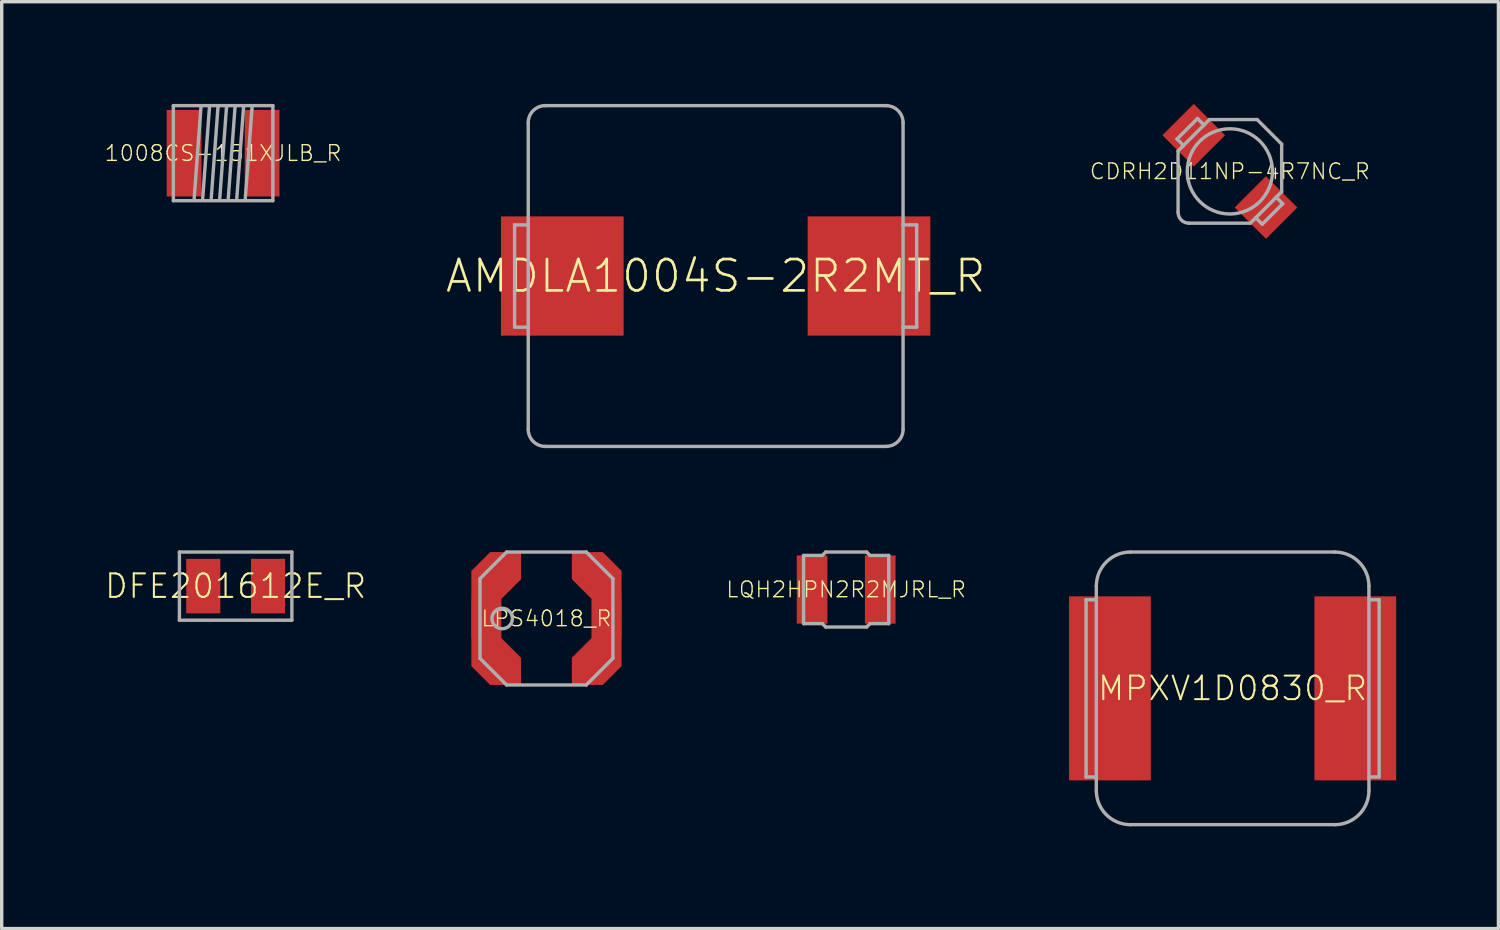
<source format=kicad_pcb>
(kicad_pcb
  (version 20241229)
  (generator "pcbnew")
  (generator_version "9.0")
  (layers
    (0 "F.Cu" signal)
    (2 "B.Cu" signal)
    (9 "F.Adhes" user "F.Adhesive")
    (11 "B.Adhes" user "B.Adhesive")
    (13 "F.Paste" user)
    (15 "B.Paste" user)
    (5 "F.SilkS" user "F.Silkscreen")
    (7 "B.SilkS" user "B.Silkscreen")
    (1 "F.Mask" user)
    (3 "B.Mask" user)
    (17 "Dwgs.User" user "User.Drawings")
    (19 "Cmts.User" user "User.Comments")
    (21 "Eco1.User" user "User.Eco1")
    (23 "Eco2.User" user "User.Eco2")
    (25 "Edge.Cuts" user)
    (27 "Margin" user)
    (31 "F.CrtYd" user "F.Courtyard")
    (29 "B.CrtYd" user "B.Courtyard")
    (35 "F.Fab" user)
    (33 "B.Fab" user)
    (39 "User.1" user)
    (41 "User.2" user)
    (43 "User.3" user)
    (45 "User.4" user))
  (footprint "1008CS-151XJLB_R"
    (layer "F.Cu")
    (at 3.497 1.445)
    (property "Reference" "1008CS-151XJLB_R" (at 0 0 0) (unlocked yes) (layer "F.SilkS") (effects (font (size 0.46 0.46) (thickness 0.04))))
    (fp_line (start -1.46 -1.395) (end 1.46 -1.395) (stroke (width 0.1) (type solid)) (layer "F.Fab"))
    (fp_line (start -1.46 1.395) (end -1.46 -1.395) (stroke (width 0.1) (type solid)) (layer "F.Fab"))
    (fp_line (start -0.85 1.35) (end -0.65 -1.35) (stroke (width 0.1) (type solid)) (layer "F.Fab"))
    (fp_line (start -0.6 1.35) (end -0.4 -1.35) (stroke (width 0.1) (type solid)) (layer "F.Fab"))
    (fp_line (start -0.35 1.35) (end -0.15 -1.35) (stroke (width 0.1) (type solid)) (layer "F.Fab"))
    (fp_line (start -0.1 1.35) (end 0.1 -1.35) (stroke (width 0.1) (type solid)) (layer "F.Fab"))
    (fp_line (start 0.15 1.35) (end 0.35 -1.35) (stroke (width 0.1) (type solid)) (layer "F.Fab"))
    (fp_line (start 0.4 1.35) (end 0.6 -1.35) (stroke (width 0.1) (type solid)) (layer "F.Fab"))
    (fp_line (start 0.65 1.35) (end 0.85 -1.35) (stroke (width 0.1) (type solid)) (layer "F.Fab"))
    (fp_line (start 1.46 -1.395) (end 1.46 1.395) (stroke (width 0.1) (type solid)) (layer "F.Fab"))
    (fp_line (start 1.46 1.395) (end -1.46 1.395) (stroke (width 0.1) (type solid)) (layer "F.Fab"))
    (pad "1" smd rect (at -1.145 0 90) (size 2.54 1.02) (layers "F.Cu" "F.Mask" "F.Paste"))
    (pad "2" smd rect (at 1.145 0 90) (size 2.54 1.02) (layers "F.Cu" "F.Mask" "F.Paste")))
  (footprint "AMDLA1004S-2R2MT_R"
    (layer "F.Cu")
    (at 17.951 5.05)
    (property "Reference" "AMDLA1004S-2R2MT_R" (at 0 0 0) (unlocked yes) (layer "F.SilkS") (effects (font (size 0.92 0.92) (thickness 0.08))))
    (fp_poly (pts (xy -2.7 1.75) (xy -6.3 1.75) (xy -6.3 -1.75) (xy -2.7 -1.75)) (stroke (width 0) (type default)) (fill yes) (layer "F.Paste"))
    (fp_poly (pts (xy 6.3 1.75) (xy 2.7 1.75) (xy 2.7 -1.75) (xy 6.3 -1.75)) (stroke (width 0) (type default)) (fill yes) (layer "F.Paste"))
    (fp_line (start -5.9 -1.5) (end -5.9 1.5) (stroke (width 0.1) (type solid)) (layer "F.Fab"))
    (fp_line (start -5.9 1.5) (end -5.5 1.5) (stroke (width 0.1) (type solid)) (layer "F.Fab"))
    (fp_line (start -5.5 -4.5) (end -5.5 -1.5) (stroke (width 0.1) (type solid)) (layer "F.Fab"))
    (fp_line (start -5.5 -1.5) (end -5.9 -1.5) (stroke (width 0.1) (type solid)) (layer "F.Fab"))
    (fp_line (start -5.5 -1.5) (end -5.5 1.5) (stroke (width 0.1) (type solid)) (layer "F.Fab"))
    (fp_line (start -5.5 1.5) (end -5.5 4.5) (stroke (width 0.1) (type solid)) (layer "F.Fab"))
    (fp_line (start -5 5) (end 5 5) (stroke (width 0.1) (type solid)) (layer "F.Fab"))
    (fp_line (start 5 -5) (end -5 -5) (stroke (width 0.1) (type solid)) (layer "F.Fab"))
    (fp_line (start 5.5 -1.5) (end 5.5 -4.5) (stroke (width 0.1) (type solid)) (layer "F.Fab"))
    (fp_line (start 5.5 -1.5) (end 5.9 -1.5) (stroke (width 0.1) (type solid)) (layer "F.Fab"))
    (fp_line (start 5.5 1.5) (end 5.5 -1.5) (stroke (width 0.1) (type solid)) (layer "F.Fab"))
    (fp_line (start 5.5 4.5) (end 5.5 1.5) (stroke (width 0.1) (type solid)) (layer "F.Fab"))
    (fp_line (start 5.9 -1.5) (end 5.9 1.5) (stroke (width 0.1) (type solid)) (layer "F.Fab"))
    (fp_line (start 5.9 1.5) (end 5.5 1.5) (stroke (width 0.1) (type solid)) (layer "F.Fab"))
    (fp_arc (start -5.5 -4.5) (mid -5.353553 -4.853553) (end -5 -5) (stroke (width 0.1) (type solid)) (layer "F.Fab"))
    (fp_arc (start -5 5) (mid -5.353553 4.853553) (end -5.5 4.5) (stroke (width 0.1) (type solid)) (layer "F.Fab"))
    (fp_arc (start 5 -5) (mid 5.353553 -4.853553) (end 5.5 -4.5) (stroke (width 0.1) (type solid)) (layer "F.Fab"))
    (fp_arc (start 5.5 4.5) (mid 5.353553 4.853553) (end 5 5) (stroke (width 0.1) (type solid)) (layer "F.Fab"))
    (pad "1" smd rect (at -4.5 0) (size 3.6 3.5) (layers "F.Cu" "F.Mask"))
    (pad "2" smd rect (at 4.5 0) (size 3.6 3.5) (layers "F.Cu" "F.Mask")))
  (footprint "LPS4018_R"
    (layer "F.Cu")
    (at 12.986 15.1)
    (property "Reference" "LPS4018_R" (at 0 0 0) (unlocked yes) (layer "F.SilkS") (effects (font (size 0.46 0.46) (thickness 0.04))))
    (fp_poly (pts (xy -0.745 -1.153) (xy -1.325 -0.573) (xy -1.325 0.573) (xy -0.745 1.153) (xy -0.745 1.95) (xy -1.652 1.95) (xy -2.205 1.397) (xy -2.205 -1.397) (xy -1.652 -1.95) (xy -0.745 -1.95)) (stroke (width 0) (type default)) (fill yes) (layer "F.Cu"))
    (fp_poly (pts (xy 2.205 -1.397) (xy 2.205 1.397) (xy 1.652 1.95) (xy 0.745 1.95) (xy 0.745 1.153) (xy 1.325 0.573) (xy 1.325 -0.573) (xy 0.745 -1.153) (xy 0.745 -1.95) (xy 1.652 -1.95)) (stroke (width 0) (type default)) (fill yes) (layer "F.Cu"))
    (fp_poly (pts (xy -0.695 -1.132) (xy -1.275 -0.552) (xy -1.275 0.552) (xy -0.695 1.132) (xy -0.695 2) (xy -1.673 2) (xy -2.255 1.418) (xy -2.255 -1.418) (xy -1.673 -2) (xy -0.695 -2)) (stroke (width 0) (type default)) (fill yes) (layer "F.Mask"))
    (fp_poly (pts (xy 2.255 -1.418) (xy 2.255 1.418) (xy 1.673 2) (xy 0.695 2) (xy 0.695 1.132) (xy 1.275 0.552) (xy 1.275 -0.552) (xy 0.695 -1.132) (xy 0.695 -2) (xy 1.673 -2)) (stroke (width 0) (type default)) (fill yes) (layer "F.Mask"))
    (fp_poly (pts (xy -0.745 -1.154) (xy -0.794 -1.104) (xy -1.325 -0.574) (xy -1.325 0.574) (xy -1.249 0.649) (xy -0.745 1.154) (xy -0.745 1.95) (xy -1.651 1.95) (xy -1.991 1.611) (xy -2.205 1.396) (xy -2.205 -1.396) (xy -2.096 -1.506) (xy -1.651 -1.95) (xy -0.745 -1.95)) (stroke (width 0) (type default)) (fill yes) (layer "F.Paste"))
    (fp_poly (pts (xy 1.991 -1.611) (xy 2.205 -1.396) (xy 2.205 1.396) (xy 2.096 1.506) (xy 1.651 1.95) (xy 0.745 1.95) (xy 0.745 1.154) (xy 0.794 1.104) (xy 1.325 0.574) (xy 1.325 -0.574) (xy 1.249 -0.649) (xy 0.745 -1.154) (xy 0.745 -1.95) (xy 1.651 -1.95)) (stroke (width 0) (type default)) (fill yes) (layer "F.Paste"))
    (fp_line (start -1.95 -1.17) (end -1.95 1.17) (stroke (width 0.1) (type solid)) (layer "F.Fab"))
    (fp_line (start -1.95 -1.17) (end -1.17 -1.95) (stroke (width 0.1) (type solid)) (layer "F.Fab"))
    (fp_line (start -1.95 1.17) (end -1.17 1.95) (stroke (width 0.1) (type solid)) (layer "F.Fab"))
    (fp_line (start -1.17 1.95) (end 1.17 1.95) (stroke (width 0.1) (type solid)) (layer "F.Fab"))
    (fp_line (start 1.17 -1.95) (end -1.17 -1.95) (stroke (width 0.1) (type solid)) (layer "F.Fab"))
    (fp_line (start 1.17 -1.95) (end 1.95 -1.17) (stroke (width 0.1) (type solid)) (layer "F.Fab"))
    (fp_line (start 1.17 1.95) (end 1.95 1.17) (stroke (width 0.1) (type solid)) (layer "F.Fab"))
    (fp_line (start 1.95 1.17) (end 1.95 -1.17) (stroke (width 0.1) (type solid)) (layer "F.Fab"))
    (fp_circle (center -1.3 0) (end -1 0) (stroke (width 0.1) (type solid)) (fill no) (layer "F.Fab"))
    (pad "1" smd rect (at -1.765 0) (size 0.87 1.15) (layers "F.Cu"))
    (pad "2" smd rect (at 1.765 0) (size 0.87 1.15) (layers "F.Cu")))
  (footprint "LQH2HPN2R2MJRL_R"
    (layer "F.Cu")
    (at 21.781 14.25)
    (property "Reference" "LQH2HPN2R2MJRL_R" (at 0 0 0) (unlocked yes) (layer "F.SilkS") (effects (font (size 0.46 0.46) (thickness 0.04))))
    (fp_poly (pts (xy -0.55 1) (xy -1.45 1) (xy -1.45 -1) (xy -0.55 -1)) (stroke (width 0) (type default)) (fill yes) (layer "F.Paste"))
    (fp_poly (pts (xy 1.45 1) (xy 0.55 1) (xy 0.55 -1) (xy 1.45 -1)) (stroke (width 0) (type default)) (fill yes) (layer "F.Paste"))
    (fp_line (start -1.25 -1) (end -0.7 -1) (stroke (width 0.1) (type solid)) (layer "F.Fab"))
    (fp_line (start -1.25 1) (end -1.25 -1) (stroke (width 0.1) (type solid)) (layer "F.Fab"))
    (fp_line (start -0.7 -1) (end -0.6 -1.1) (stroke (width 0.1) (type solid)) (layer "F.Fab"))
    (fp_line (start -0.7 1) (end -1.25 1) (stroke (width 0.1) (type solid)) (layer "F.Fab"))
    (fp_line (start -0.7 1) (end -0.6 1.1) (stroke (width 0.1) (type solid)) (layer "F.Fab"))
    (fp_line (start -0.6 -1.1) (end 0.6 -1.1) (stroke (width 0.1) (type solid)) (layer "F.Fab"))
    (fp_line (start -0.6 1.1) (end 0.6 1.1) (stroke (width 0.1) (type solid)) (layer "F.Fab"))
    (fp_line (start 0.7 -1) (end 0.6 -1.1) (stroke (width 0.1) (type solid)) (layer "F.Fab"))
    (fp_line (start 0.7 -1) (end 1.25 -1) (stroke (width 0.1) (type solid)) (layer "F.Fab"))
    (fp_line (start 0.7 1) (end 0.6 1.1) (stroke (width 0.1) (type solid)) (layer "F.Fab"))
    (fp_line (start 1.25 -1) (end 1.25 1) (stroke (width 0.1) (type solid)) (layer "F.Fab"))
    (fp_line (start 1.25 1) (end 0.7 1) (stroke (width 0.1) (type solid)) (layer "F.Fab"))
    (pad "1" smd rect (at -1 0) (size 0.9 2) (layers "F.Cu" "F.Mask"))
    (pad "2" smd rect (at 1 0) (size 0.9 2) (layers "F.Cu" "F.Mask")))
  (footprint "CDRH2D11NP-4R7NC_R"
    (layer "F.Cu")
    (at 33.041 1.979)
    (property "Reference" "CDRH2D11NP-4R7NC_R" (at 0 0 0) (unlocked yes) (layer "F.SilkS") (effects (font (size 0.46 0.46) (thickness 0.04))))
    (fp_line (start -1.55 -0.95) (end -0.95 -1.55) (stroke (width 0.1) (type solid)) (layer "F.Fab"))
    (fp_line (start -1.52 -0.6) (end -1.36 -0.76) (stroke (width 0.1) (type solid)) (layer "F.Fab"))
    (fp_line (start -1.52 1.2) (end -1.52 -0.6) (stroke (width 0.1) (type solid)) (layer "F.Fab"))
    (fp_line (start -1.36 -0.76) (end -1.55 -0.95) (stroke (width 0.1) (type solid)) (layer "F.Fab"))
    (fp_line (start -1.36 -0.76) (end -0.76 -1.36) (stroke (width 0.1) (type solid)) (layer "F.Fab"))
    (fp_line (start -0.95 -1.55) (end -0.76 -1.36) (stroke (width 0.1) (type solid)) (layer "F.Fab"))
    (fp_line (start -0.76 -1.36) (end -0.6 -1.52) (stroke (width 0.1) (type solid)) (layer "F.Fab"))
    (fp_line (start -0.6 -1.52) (end 0.8 -1.52) (stroke (width 0.1) (type solid)) (layer "F.Fab"))
    (fp_line (start 0.6 1.52) (end -1.2 1.52) (stroke (width 0.1) (type solid)) (layer "F.Fab"))
    (fp_line (start 0.76 1.36) (end 0.6 1.52) (stroke (width 0.1) (type solid)) (layer "F.Fab"))
    (fp_line (start 0.8 -1.52) (end 1.52 -0.8) (stroke (width 0.1) (type solid)) (layer "F.Fab"))
    (fp_line (start 0.95 1.55) (end 0.76 1.36) (stroke (width 0.1) (type solid)) (layer "F.Fab"))
    (fp_line (start 1.36 0.76) (end 0.76 1.36) (stroke (width 0.1) (type solid)) (layer "F.Fab"))
    (fp_line (start 1.36 0.76) (end 1.55 0.95) (stroke (width 0.1) (type solid)) (layer "F.Fab"))
    (fp_line (start 1.52 -0.8) (end 1.52 0.6) (stroke (width 0.1) (type solid)) (layer "F.Fab"))
    (fp_line (start 1.52 0.6) (end 1.36 0.76) (stroke (width 0.1) (type solid)) (layer "F.Fab"))
    (fp_line (start 1.55 0.95) (end 0.95 1.55) (stroke (width 0.1) (type solid)) (layer "F.Fab"))
    (fp_arc (start -1.2 1.52) (mid -1.426274 1.426274) (end -1.52 1.2) (stroke (width 0.1) (type solid)) (layer "F.Fab"))
    (fp_circle (center 0 0) (end 1.25 0) (stroke (width 0.1) (type solid)) (fill no) (layer "F.Fab"))
    (pad "1" smd rect (at -1.06 -1.06 45) (size 1.3 1.3) (layers "F.Cu" "F.Mask" "F.Paste"))
    (pad "2" smd rect (at 1.06 1.06 45) (size 1.3 1.3) (layers "F.Cu" "F.Mask" "F.Paste")))
  (footprint "DFE201612E_R"
    (layer "F.Cu")
    (at 3.865 14.15)
    (property "Reference" "DFE201612E_R" (at 0 0 0) (unlocked yes) (layer "F.SilkS") (effects (font (size 0.69 0.69) (thickness 0.06))))
    (fp_line (start -1.65 -1) (end 1.65 -1) (stroke (width 0.1) (type solid)) (layer "F.Fab"))
    (fp_line (start -1.65 1) (end -1.65 -1) (stroke (width 0.1) (type solid)) (layer "F.Fab"))
    (fp_line (start 1.65 -1) (end 1.65 1) (stroke (width 0.1) (type solid)) (layer "F.Fab"))
    (fp_line (start 1.65 1) (end -1.65 1) (stroke (width 0.1) (type solid)) (layer "F.Fab"))
    (pad "1" smd rect (at -0.95 0) (size 1 1.6) (layers "F.Cu" "F.Mask" "F.Paste"))
    (pad "2" smd rect (at 0.95 0) (size 1 1.6) (layers "F.Cu" "F.Mask" "F.Paste")))
  (footprint "MPXV1D0830_R"
    (layer "F.Cu")
    (at 33.122 17.15)
    (property "Reference" "MPXV1D0830_R" (at 0 0 0) (unlocked yes) (layer "F.SilkS") (effects (font (size 0.69 0.69) (thickness 0.06))))
    (fp_line (start -4.3 -2.6) (end -4.3 2.6) (stroke (width 0.1) (type solid)) (layer "F.Fab"))
    (fp_line (start -4.3 2.6) (end -4 2.6) (stroke (width 0.1) (type solid)) (layer "F.Fab"))
    (fp_line (start -4 -3) (end -4 -2.6) (stroke (width 0.1) (type solid)) (layer "F.Fab"))
    (fp_line (start -4 -2.6) (end -4.3 -2.6) (stroke (width 0.1) (type solid)) (layer "F.Fab"))
    (fp_line (start -4 -2.6) (end -4 2.6) (stroke (width 0.1) (type solid)) (layer "F.Fab"))
    (fp_line (start -4 2.6) (end -4 3) (stroke (width 0.1) (type solid)) (layer "F.Fab"))
    (fp_line (start -3 4) (end 3 4) (stroke (width 0.1) (type solid)) (layer "F.Fab"))
    (fp_line (start 3 -4) (end -3 -4) (stroke (width 0.1) (type solid)) (layer "F.Fab"))
    (fp_line (start 4 2.6) (end 4.3 2.6) (stroke (width 0.1) (type solid)) (layer "F.Fab"))
    (fp_line (start 4 3) (end 4 -3) (stroke (width 0.1) (type solid)) (layer "F.Fab"))
    (fp_line (start 4.3 -2.6) (end 4 -2.6) (stroke (width 0.1) (type solid)) (layer "F.Fab"))
    (fp_line (start 4.3 2.6) (end 4.3 -2.6) (stroke (width 0.1) (type solid)) (layer "F.Fab"))
    (fp_arc (start -4 -3) (mid -3.707107 -3.707107) (end -3 -4) (stroke (width 0.1) (type solid)) (layer "F.Fab"))
    (fp_arc (start -3 4) (mid -3.707107 3.707107) (end -4 3) (stroke (width 0.1) (type solid)) (layer "F.Fab"))
    (fp_arc (start 3 -4) (mid 3.707107 -3.707107) (end 4 -3) (stroke (width 0.1) (type solid)) (layer "F.Fab"))
    (fp_arc (start 4 3) (mid 3.707107 3.707107) (end 3 4) (stroke (width 0.1) (type solid)) (layer "F.Fab"))
    (pad "1" smd rect (at -3.6 0) (size 2.4 5.4) (layers "F.Cu" "F.Mask" "F.Paste"))
    (pad "2" smd rect (at 3.6 0) (size 2.4 5.4) (layers "F.Cu" "F.Mask" "F.Paste")))
  (gr_rect
    (start -3 -3)
    (end 40.922 24.2)
    (stroke (width 0.1) (type default))
    (fill no)
    (layer "Edge.Cuts")))
</source>
